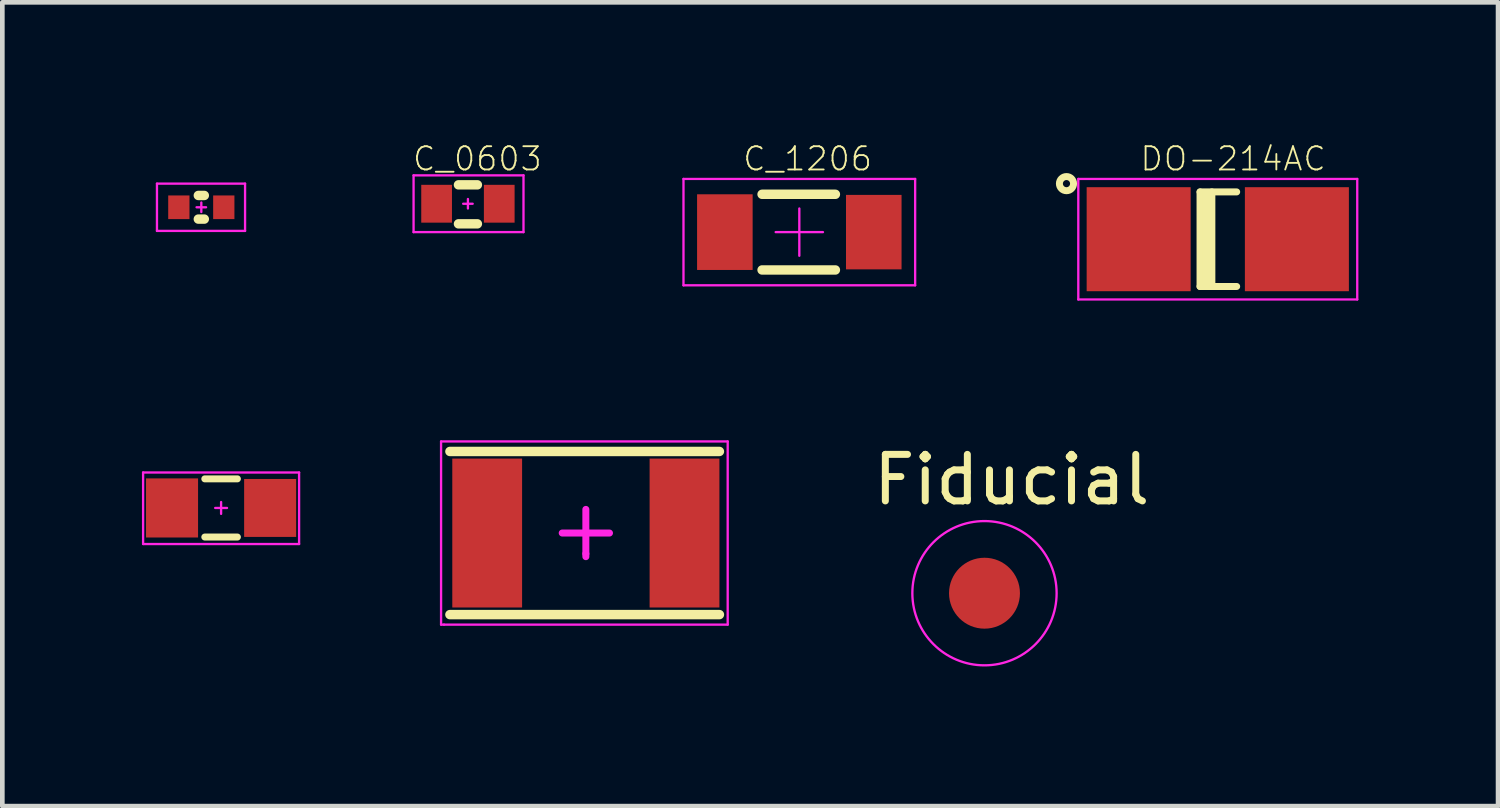
<source format=kicad_pcb>
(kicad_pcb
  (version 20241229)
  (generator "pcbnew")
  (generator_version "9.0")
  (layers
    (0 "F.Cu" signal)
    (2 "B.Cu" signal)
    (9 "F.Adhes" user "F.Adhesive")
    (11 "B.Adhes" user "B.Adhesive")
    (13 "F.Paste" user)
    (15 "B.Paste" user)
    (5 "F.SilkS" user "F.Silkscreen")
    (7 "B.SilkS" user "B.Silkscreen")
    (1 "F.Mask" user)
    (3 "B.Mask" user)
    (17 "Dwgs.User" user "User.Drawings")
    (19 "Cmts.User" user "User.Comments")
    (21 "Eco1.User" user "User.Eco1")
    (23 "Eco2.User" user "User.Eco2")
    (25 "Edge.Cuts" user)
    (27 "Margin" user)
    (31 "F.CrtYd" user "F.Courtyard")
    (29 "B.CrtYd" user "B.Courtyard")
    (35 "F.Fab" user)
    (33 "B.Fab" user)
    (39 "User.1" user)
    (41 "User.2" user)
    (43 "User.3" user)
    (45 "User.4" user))
  (footprint "C_0603"
    (layer "F.Cu")
    (at 7.005 1.328)
    (property "Reference" "C_0603" (at 0.203 -0.965 0) (layer "F.SilkS") (effects (font (size 0.5 0.5) (thickness 0.04))))
    (attr smd)
    (fp_line (start -0.203 -0.406) (end 0.203 -0.406) (stroke (width 0.203) (type solid)) (layer "F.SilkS"))
    (fp_line (start -0.203 0.432) (end 0.203 0.432) (stroke (width 0.203) (type solid)) (layer "F.SilkS"))
    (fp_line (start -1.168 -0.61) (end -1.168 0.61) (stroke (width 0.05) (type solid)) (layer "F.CrtYd"))
    (fp_line (start -1.168 -0.61) (end 1.194 -0.61) (stroke (width 0.05) (type solid)) (layer "F.CrtYd"))
    (fp_line (start -1.168 0.61) (end 1.194 0.61) (stroke (width 0.05) (type solid)) (layer "F.CrtYd"))
    (fp_line (start -0.102 0) (end 0.102 0) (stroke (width 0.05) (type solid)) (layer "F.CrtYd"))
    (fp_line (start 0 -0.102) (end 0 0.102) (stroke (width 0.05) (type solid)) (layer "F.CrtYd"))
    (fp_line (start 1.194 -0.61) (end 1.194 0.61) (stroke (width 0.05) (type solid)) (layer "F.CrtYd"))
    (pad "1" smd rect (at -0.673 0) (size 0.66 0.813) (layers "F.Cu" "F.Mask" "F.Paste"))
    (pad "2" smd rect (at 0.673 0) (size 0.66 0.813) (layers "F.Cu" "F.Mask" "F.Paste")))
  (footprint "F_0805"
    (layer "F.Cu")
    (at 1.701 7.865)
    (property "Reference" "F_0805" (at 0.191 -1.092 0) (layer "Eco2.User") (effects (font (size 0.5 0.5) (thickness 0.04))))
    (attr smd)
    (fp_line (start -0.35 -0.625) (end 0.35 -0.625) (stroke (width 0.15) (type solid)) (layer "F.SilkS"))
    (fp_line (start 0.35 0.625) (end -0.35 0.625) (stroke (width 0.15) (type solid)) (layer "F.SilkS"))
    (fp_line (start -1.676 -0.762) (end 1.676 -0.762) (stroke (width 0.05) (type solid)) (layer "F.CrtYd"))
    (fp_line (start -1.676 0.775) (end -1.676 -0.762) (stroke (width 0.05) (type solid)) (layer "F.CrtYd"))
    (fp_line (start -0.127 0) (end 0.127 0) (stroke (width 0.05) (type solid)) (layer "F.CrtYd"))
    (fp_line (start 0 -0.127) (end 0 0.127) (stroke (width 0.05) (type solid)) (layer "F.CrtYd"))
    (fp_line (start 1.676 -0.762) (end 1.676 0.775) (stroke (width 0.05) (type solid)) (layer "F.CrtYd"))
    (fp_line (start 1.676 0.775) (end -1.676 0.775) (stroke (width 0.05) (type solid)) (layer "F.CrtYd"))
    (pad "1" smd rect (at -1.054 0) (size 1.118 1.27) (layers "F.Cu" "F.Mask" "F.Paste"))
    (pad "2" smd rect (at 1.054 0) (size 1.118 1.245) (layers "F.Cu" "F.Mask" "F.Paste")))
  (footprint "C_0402"
    (layer "F.Cu")
    (at 1.276 1.404)
    (property "Reference" "C_0402" (at 0.127 -1.041 0) (layer "Eco2.User") (effects (font (size 0.5 0.5) (thickness 0.04))))
    (attr smd)
    (fp_line (start -0.064 -0.254) (end 0.064 -0.254) (stroke (width 0.203) (type solid)) (layer "F.SilkS"))
    (fp_line (start -0.064 0.254) (end 0.064 0.254) (stroke (width 0.203) (type solid)) (layer "F.SilkS"))
    (fp_line (start -0.953 -0.508) (end 0.94 -0.508) (stroke (width 0.05) (type solid)) (layer "F.CrtYd"))
    (fp_line (start -0.953 0.508) (end -0.953 -0.508) (stroke (width 0.05) (type solid)) (layer "F.CrtYd"))
    (fp_line (start -0.102 0) (end 0.102 0) (stroke (width 0.05) (type solid)) (layer "F.CrtYd"))
    (fp_line (start 0 -0.102) (end 0 0.102) (stroke (width 0.05) (type solid)) (layer "F.CrtYd"))
    (fp_line (start 0.94 -0.508) (end 0.94 0.508) (stroke (width 0.05) (type solid)) (layer "F.CrtYd"))
    (fp_line (start 0.94 0.508) (end -0.953 0.508) (stroke (width 0.05) (type solid)) (layer "F.CrtYd"))
    (pad "1" smd rect (at -0.483 0) (size 0.457 0.508) (layers "F.Cu" "F.Mask" "F.Paste"))
    (pad "2" smd rect (at 0.483 0) (size 0.457 0.508) (layers "F.Cu" "F.Mask" "F.Paste")))
  (footprint "C_1206"
    (layer "F.Cu")
    (at 14.126 1.938)
    (property "Reference" "C_1206" (at 0.178 -1.575 0) (layer "F.SilkS") (effects (font (size 0.5 0.5) (thickness 0.04))))
    (attr smd)
    (fp_line (start -0.8 -0.813) (end 0.775 -0.813) (stroke (width 0.203) (type solid)) (layer "F.SilkS"))
    (fp_line (start -0.8 0.813) (end 0.775 0.813) (stroke (width 0.203) (type solid)) (layer "F.SilkS"))
    (fp_line (start -2.489 -1.143) (end 2.489 -1.143) (stroke (width 0.05) (type solid)) (layer "F.CrtYd"))
    (fp_line (start -2.489 1.143) (end -2.489 -1.143) (stroke (width 0.05) (type solid)) (layer "F.CrtYd"))
    (fp_line (start -0.508 0) (end 0.508 0) (stroke (width 0.05) (type solid)) (layer "F.CrtYd"))
    (fp_line (start 0 -0.508) (end 0 0.508) (stroke (width 0.05) (type solid)) (layer "F.CrtYd"))
    (fp_line (start 2.489 -1.143) (end 2.489 1.143) (stroke (width 0.05) (type solid)) (layer "F.CrtYd"))
    (fp_line (start 2.489 1.143) (end -2.489 1.143) (stroke (width 0.05) (type solid)) (layer "F.CrtYd"))
    (pad "1" smd rect (at -1.6 0) (size 1.194 1.626) (layers "F.Cu" "F.Mask" "F.Paste"))
    (pad "2" smd rect (at 1.6 0) (size 1.194 1.6) (layers "F.Cu" "F.Mask" "F.Paste")))
  (footprint "Fiducial"
    (layer "F.Cu")
    (at 18.105 9.697)
    (property "Reference" "Fiducial" (at 0.584 -2.438 0) (layer "F.SilkS") (effects (font (size 1 1) (thickness 0.15))))
    (attr exclude_from_pos_files exclude_from_bom)
    (fp_circle (center 0 0) (end 1.55 0) (stroke (width 0.05) (type solid)) (fill no) (layer "F.CrtYd"))
    (pad "~" smd circle (at 0 0) (size 1.524 1.524) (layers "F.Cu" "F.Mask")))
  (footprint "DO-214AC"
    (layer "F.Cu")
    (at 23.118 2.09)
    (property "Reference" "DO-214AC" (at 0.33 -1.727 0) (layer "F.SilkS") (effects (font (size 0.5 0.5) (thickness 0.04))))
    (attr smd)
    (fp_line (start -0.381 -1.016) (end -0.381 1.016) (stroke (width 0.15) (type solid)) (layer "F.SilkS"))
    (fp_line (start -0.381 -1.016) (end 0.406 -1.016) (stroke (width 0.15) (type solid)) (layer "F.SilkS"))
    (fp_line (start -0.381 1.016) (end 0.406 1.016) (stroke (width 0.15) (type solid)) (layer "F.SilkS"))
    (fp_line (start -0.254 -0.991) (end -0.254 0.94) (stroke (width 0.15) (type solid)) (layer "F.SilkS"))
    (fp_line (start -0.127 -1.016) (end -0.127 0.94) (stroke (width 0.15) (type solid)) (layer "F.SilkS"))
    (fp_circle (center -3.251 -1.194) (end -3.099 -1.194) (stroke (width 0.15) (type solid)) (fill no) (layer "F.SilkS"))
    (fp_line (start -2.997 -1.295) (end -2.997 1.295) (stroke (width 0.05) (type solid)) (layer "F.CrtYd"))
    (fp_line (start -2.997 -1.295) (end 2.997 -1.295) (stroke (width 0.05) (type solid)) (layer "F.CrtYd"))
    (fp_line (start -2.997 1.295) (end 2.997 1.295) (stroke (width 0.05) (type solid)) (layer "F.CrtYd"))
    (fp_line (start 2.997 -1.295) (end 2.997 1.295) (stroke (width 0.05) (type solid)) (layer "F.CrtYd"))
    (pad "A" smd rect (at 1.7 0) (size 2.235 2.235) (layers "F.Cu" "F.Mask" "F.Paste"))
    (pad "K" smd rect (at -1.7 0) (size 2.235 2.235) (layers "F.Cu" "F.Mask" "F.Paste")))
  (footprint "F_1812"
    (layer "F.Cu")
    (at 9.539 8.404)
    (property "Reference" "F_1812" (at 0 -1.27 0) (layer "Eco2.User") (effects (font (size 0.5 0.5) (thickness 0.04))))
    (attr smd)
    (fp_line (start -2.921 -1.753) (end 2.87 -1.753) (stroke (width 0.203) (type solid)) (layer "F.SilkS"))
    (fp_line (start -2.921 1.753) (end 2.87 1.753) (stroke (width 0.203) (type solid)) (layer "F.SilkS"))
    (fp_line (start -3.111 -1.968) (end 3.048 -1.968) (stroke (width 0.05) (type solid)) (layer "F.CrtYd"))
    (fp_line (start -3.111 1.968) (end -3.111 -1.968) (stroke (width 0.05) (type solid)) (layer "F.CrtYd"))
    (fp_line (start -3.048 1.968) (end -3.111 1.968) (stroke (width 0.05) (type solid)) (layer "F.CrtYd"))
    (fp_line (start -0.508 0) (end 0.508 0) (stroke (width 0.15) (type solid)) (layer "F.CrtYd"))
    (fp_line (start 0 -0.508) (end 0 0.445) (stroke (width 0.15) (type solid)) (layer "F.CrtYd"))
    (fp_line (start 0 0.445) (end 0 0.508) (stroke (width 0.15) (type solid)) (layer "F.CrtYd"))
    (fp_line (start 3.048 -1.968) (end 3.048 1.968) (stroke (width 0.05) (type solid)) (layer "F.CrtYd"))
    (fp_line (start 3.048 1.968) (end -3.048 1.968) (stroke (width 0.05) (type solid)) (layer "F.CrtYd"))
    (pad "1" smd rect (at -2.12 0) (size 1.5 3.2) (layers "F.Cu" "F.Mask" "F.Paste"))
    (pad "2" smd rect (at 2.12 0) (size 1.5 3.2) (layers "F.Cu" "F.Mask" "F.Paste")))
  (gr_rect
    (start -3 -3)
    (end 29.141 14.272)
    (stroke (width 0.1) (type default))
    (fill no)
    (layer "Edge.Cuts")))
</source>
